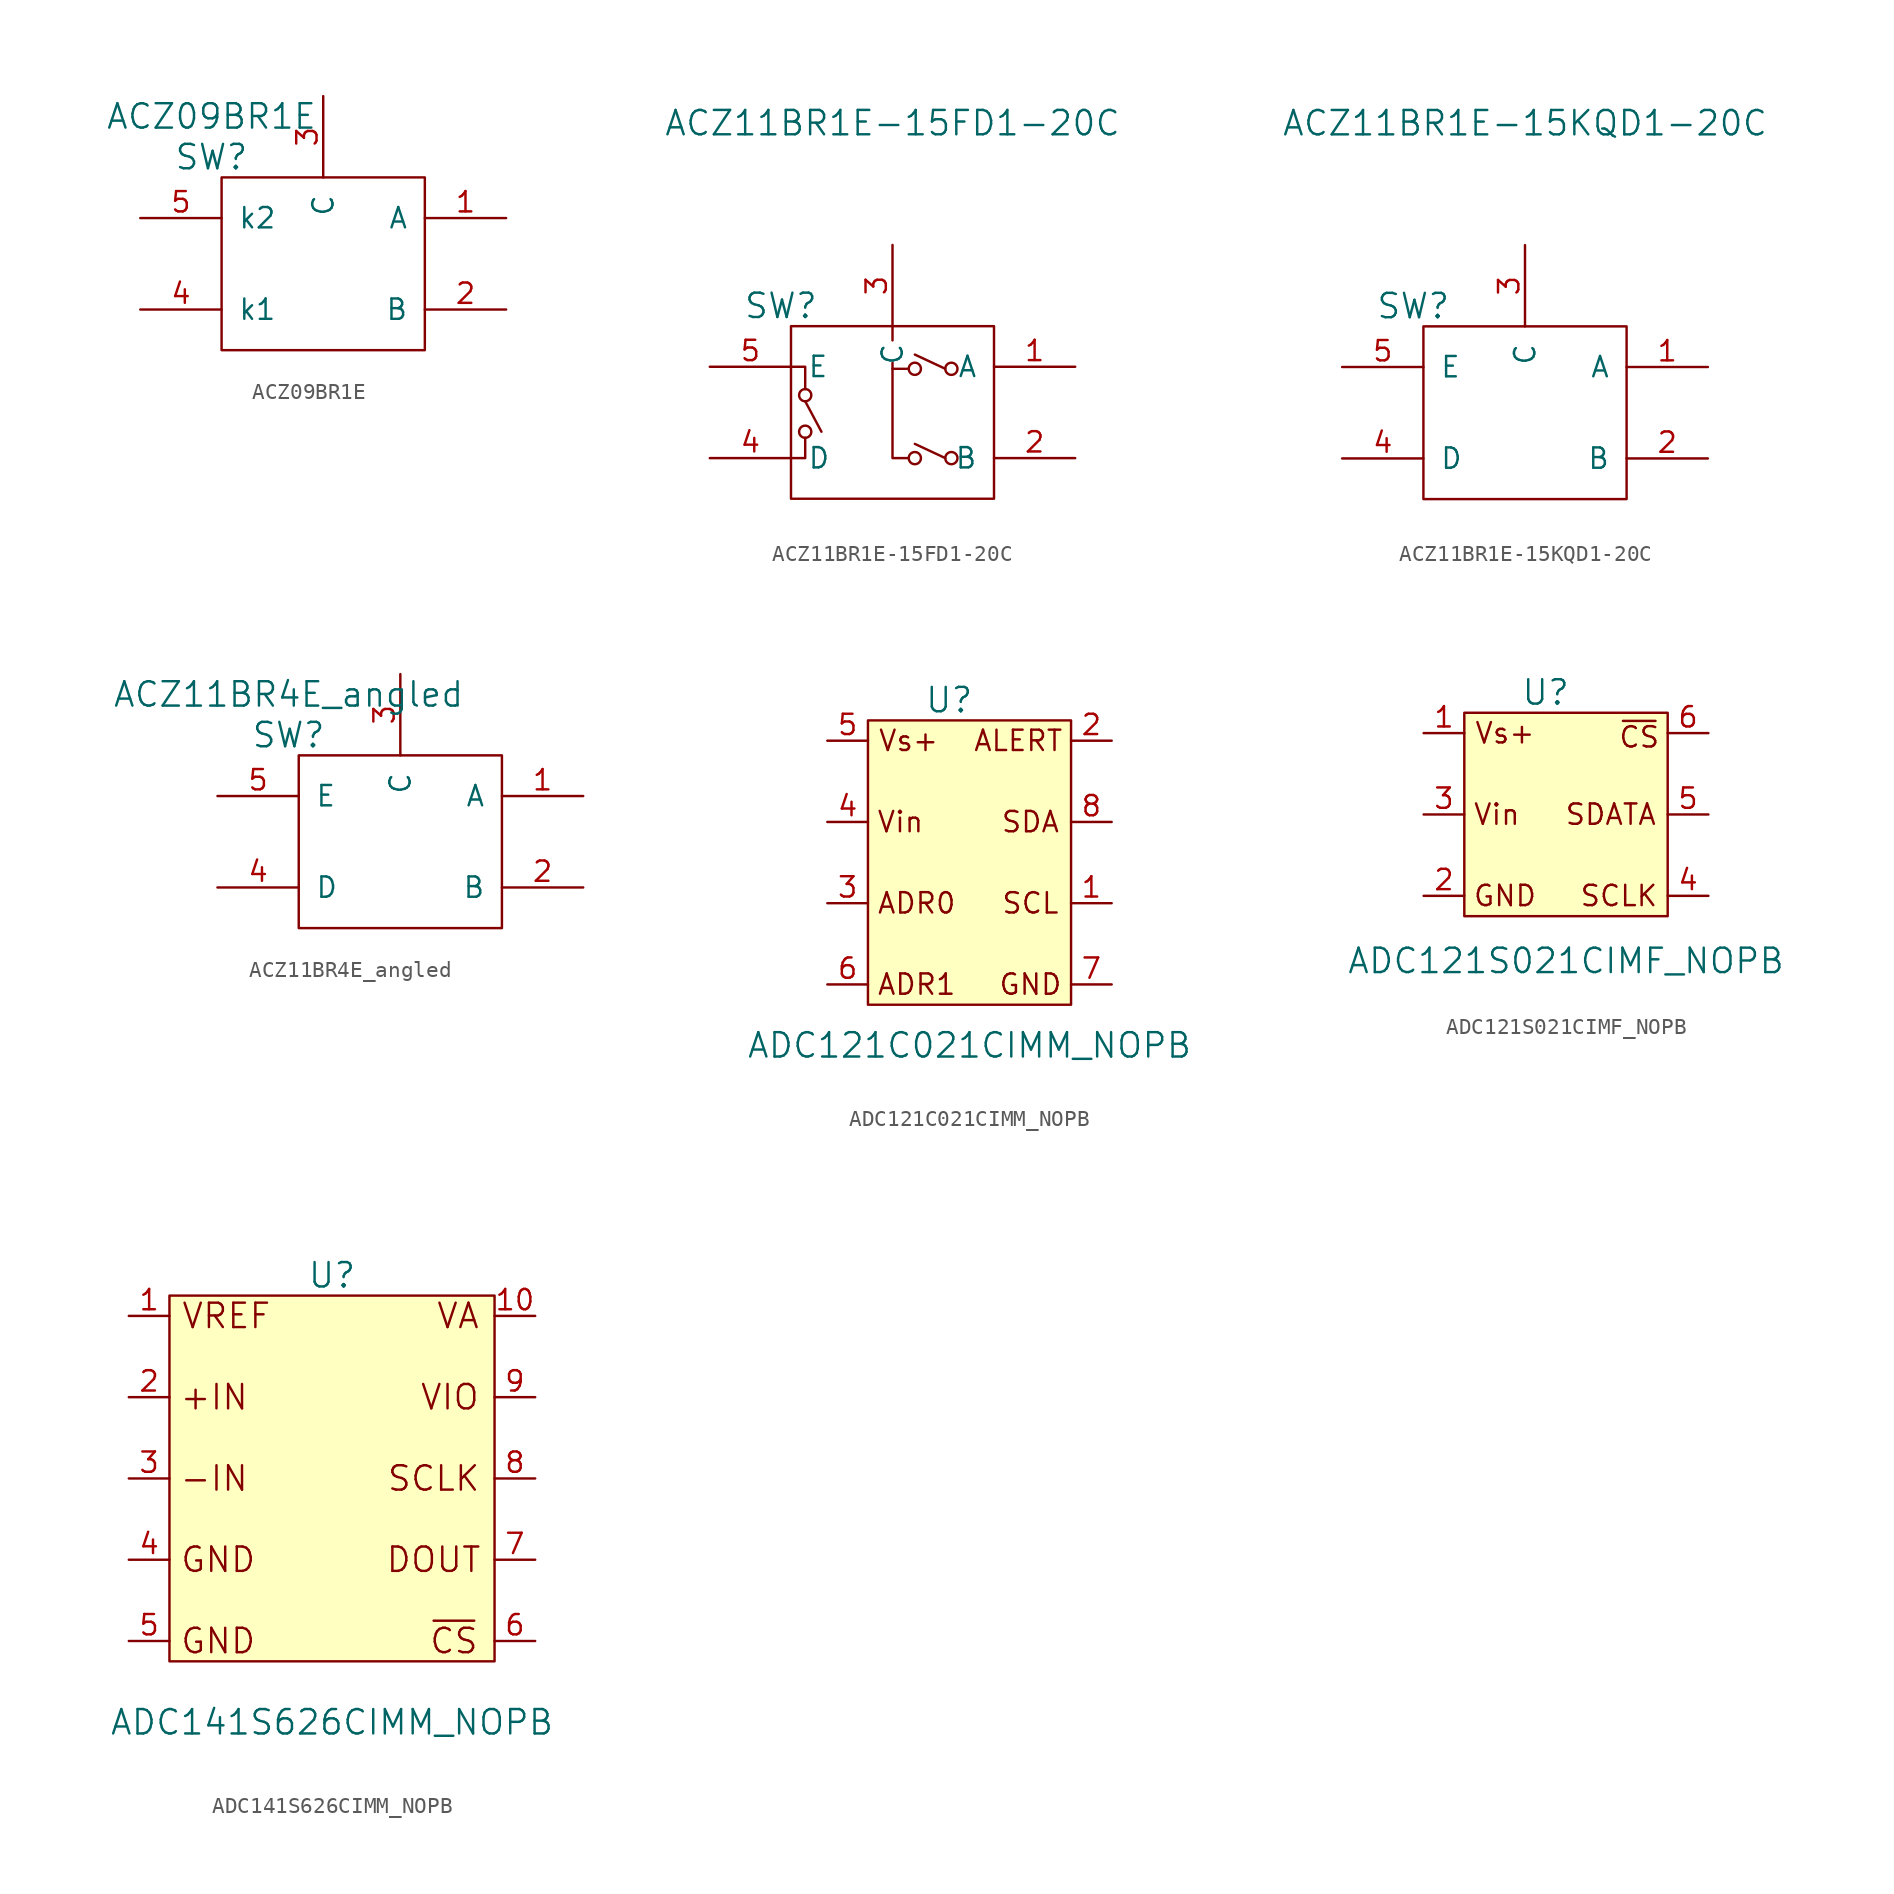
<source format=kicad_sym>
(kicad_symbol_lib
  (version 20211014)
  (generator kicad_symbol_editor)
  (symbol "ACZ09BR1E"
    (pin_names
      (offset 1.016))
    (property "Reference" "SW"
      (at -6.985 0 0)
      (effects (font (size 1.524 1.524))))
    (property "Value" "ACZ09BR1E"
      (at -6.985 2.54 0)
      (effects (font (size 1.524 1.524))))
    (symbol "ACZ09BR1E_0_1"
      (polyline (pts (xy -6.35 -1.27) (xy 6.35 -1.27) (xy 6.35 -12.065) (xy -6.35 -12.065) (xy -6.35 -1.27)) (stroke (width 0) (type default) (color 0 0 0 0)) (fill (type none))))
    (symbol "ACZ09BR1E_1_1"
      (pin input line (at 11.43 -3.81 180) (length 5.08) (name "A" (effects (font (size 1.27 1.27)))) (number "1" (effects (font (size 1.27 1.27)))))
      (pin input line (at 11.43 -9.525 180) (length 5.08) (name "B" (effects (font (size 1.27 1.27)))) (number "2" (effects (font (size 1.27 1.27)))))
      (pin input line (at 0 3.81 270) (length 5.08) (name "C" (effects (font (size 1.27 1.27)))) (number "3" (effects (font (size 1.27 1.27)))))
      (pin input line (at -11.43 -9.525 0) (length 5.08) (name "k1" (effects (font (size 1.27 1.27)))) (number "4" (effects (font (size 1.27 1.27)))))
      (pin input line (at -11.43 -3.81 0) (length 5.08) (name "k2" (effects (font (size 1.27 1.27)))) (number "5" (effects (font (size 1.27 1.27)))))))
  (symbol "ACZ11BR1E-15FD1-20C"
    (pin_names
      (offset 1.016))
    (property "Reference" "SW"
      (at -6.985 0 0)
      (effects (font (size 1.524 1.524))))
    (property "Value" "ACZ11BR1E-15FD1-20C"
      (at 0 11.43 0)
      (effects (font (size 1.524 1.524))))
    (symbol "ACZ11BR1E-15FD1-20C_0_1"
      (circle (center -5.461 -7.874) (radius 0.381) (stroke (width 0) (type default) (color 0 0 0 0)) (fill (type none)))
      (circle (center -5.461 -5.588) (radius 0.381) (stroke (width 0) (type default) (color 0 0 0 0)) (fill (type none)))
      (polyline (pts (xy -4.445 -7.874) (xy -5.461 -5.969)) (stroke (width 0) (type default) (color 0 0 0 0)) (fill (type none)))
      (polyline (pts (xy 0 -3.937) (xy 0 -3.556)) (stroke (width 0) (type default) (color 0 0 0 0)) (fill (type none)))
      (polyline (pts (xy 0 -1.27) (xy 0 -2.159)) (stroke (width 0) (type default) (color 0 0 0 0)) (fill (type none)))
      (polyline (pts (xy 3.302 -9.525) (xy 1.397 -8.636)) (stroke (width 0) (type default) (color 0 0 0 0)) (fill (type none)))
      (polyline (pts (xy 3.302 -3.937) (xy 1.397 -3.048)) (stroke (width 0) (type default) (color 0 0 0 0)) (fill (type none)))
      (polyline (pts (xy -6.35 -9.525) (xy -5.461 -9.525) (xy -5.461 -8.255)) (stroke (width 0) (type default) (color 0 0 0 0)) (fill (type none)))
      (polyline (pts (xy -6.35 -3.81) (xy -5.461 -3.81) (xy -5.461 -5.207)) (stroke (width 0) (type default) (color 0 0 0 0)) (fill (type none)))
      (polyline (pts (xy 1.016 -3.937) (xy 0 -3.937) (xy 0 -9.525) (xy 1.016 -9.525)) (stroke (width 0) (type default) (color 0 0 0 0)) (fill (type none)))
      (polyline (pts (xy -6.35 -1.27) (xy 6.35 -1.27) (xy 6.35 -12.065) (xy -6.35 -12.065) (xy -6.35 -1.27)) (stroke (width 0) (type default) (color 0 0 0 0)) (fill (type none)))
      (circle (center 1.397 -9.525) (radius 0.381) (stroke (width 0) (type default) (color 0 0 0 0)) (fill (type none)))
      (circle (center 1.397 -3.937) (radius 0.381) (stroke (width 0) (type default) (color 0 0 0 0)) (fill (type none)))
      (circle (center 3.683 -9.525) (radius 0.381) (stroke (width 0) (type default) (color 0 0 0 0)) (fill (type none)))
      (circle (center 3.683 -3.937) (radius 0.381) (stroke (width 0) (type default) (color 0 0 0 0)) (fill (type none))))
    (symbol "ACZ11BR1E-15FD1-20C_1_1"
      (pin input line (at 11.43 -3.81 180) (length 5.08) (name "A" (effects (font (size 1.27 1.27)))) (number "1" (effects (font (size 1.27 1.27)))))
      (pin input line (at 11.43 -9.525 180) (length 5.08) (name "B" (effects (font (size 1.27 1.27)))) (number "2" (effects (font (size 1.27 1.27)))))
      (pin input line (at 0 3.81 270) (length 5.08) (name "C" (effects (font (size 1.27 1.27)))) (number "3" (effects (font (size 1.27 1.27)))))
      (pin input line (at -11.43 -9.525 0) (length 5.08) (name "D" (effects (font (size 1.27 1.27)))) (number "4" (effects (font (size 1.27 1.27)))))
      (pin input line (at -11.43 -3.81 0) (length 5.08) (name "E" (effects (font (size 1.27 1.27)))) (number "5" (effects (font (size 1.27 1.27)))))))
  (symbol "ACZ11BR1E-15KQD1-20C"
    (pin_names
      (offset 1.016))
    (property "Reference" "SW"
      (at -6.985 0 0)
      (effects (font (size 1.524 1.524))))
    (property "Value" "ACZ11BR1E-15KQD1-20C"
      (at 0 11.43 0)
      (effects (font (size 1.524 1.524))))
    (symbol "ACZ11BR1E-15KQD1-20C_0_1"
      (polyline (pts (xy -6.35 -1.27) (xy 6.35 -1.27) (xy 6.35 -12.065) (xy -6.35 -12.065) (xy -6.35 -1.27)) (stroke (width 0) (type default) (color 0 0 0 0)) (fill (type none))))
    (symbol "ACZ11BR1E-15KQD1-20C_1_1"
      (pin input line (at 11.43 -3.81 180) (length 5.08) (name "A" (effects (font (size 1.27 1.27)))) (number "1" (effects (font (size 1.27 1.27)))))
      (pin input line (at 11.43 -9.525 180) (length 5.08) (name "B" (effects (font (size 1.27 1.27)))) (number "2" (effects (font (size 1.27 1.27)))))
      (pin input line (at 0 3.81 270) (length 5.08) (name "C" (effects (font (size 1.27 1.27)))) (number "3" (effects (font (size 1.27 1.27)))))
      (pin input line (at -11.43 -9.525 0) (length 5.08) (name "D" (effects (font (size 1.27 1.27)))) (number "4" (effects (font (size 1.27 1.27)))))
      (pin input line (at -11.43 -3.81 0) (length 5.08) (name "E" (effects (font (size 1.27 1.27)))) (number "5" (effects (font (size 1.27 1.27)))))))
  (symbol "ACZ11BR4E_angled"
    (pin_names
      (offset 1.016))
    (property "Reference" "SW"
      (at -6.985 0 0)
      (effects (font (size 1.524 1.524))))
    (property "Value" "ACZ11BR4E_angled"
      (at -6.985 2.54 0)
      (effects (font (size 1.524 1.524))))
    (symbol "ACZ11BR4E_angled_0_1"
      (polyline (pts (xy -6.35 -1.27) (xy 6.35 -1.27) (xy 6.35 -12.065) (xy -6.35 -12.065) (xy -6.35 -1.27)) (stroke (width 0) (type default) (color 0 0 0 0)) (fill (type none))))
    (symbol "ACZ11BR4E_angled_1_1"
      (pin input line (at 11.43 -3.81 180) (length 5.08) (name "A" (effects (font (size 1.27 1.27)))) (number "1" (effects (font (size 1.27 1.27)))))
      (pin input line (at 11.43 -9.525 180) (length 5.08) (name "B" (effects (font (size 1.27 1.27)))) (number "2" (effects (font (size 1.27 1.27)))))
      (pin input line (at 0 3.81 270) (length 5.08) (name "C" (effects (font (size 1.27 1.27)))) (number "3" (effects (font (size 1.27 1.27)))))
      (pin input line (at -11.43 -9.525 0) (length 5.08) (name "D" (effects (font (size 1.27 1.27)))) (number "4" (effects (font (size 1.27 1.27)))))
      (pin input line (at -11.43 -3.81 0) (length 5.08) (name "E" (effects (font (size 1.27 1.27)))) (number "5" (effects (font (size 1.27 1.27)))))))
  (symbol "ADC121C021CIMM_NOPB"
    (pin_names
      (offset 0) hide)
    (property "Reference" "U"
      (at 0 10.16 0)
      (effects (font (size 1.524 1.524))))
    (property "Value" "ADC121C021CIMM_NOPB"
      (at 1.27 -11.43 0)
      (effects (font (size 1.524 1.524))))
    (symbol "ADC121C021CIMM_NOPB_0_0"
      (polyline (pts (xy -5.08 8.89) (xy 7.62 8.89) (xy 7.62 -8.89) (xy -5.08 -8.89) (xy -5.08 8.89)) (stroke (width 0) (type default) (color 0 0 0 0)) (fill (type background)))
      (text "ADR0" (at -2.032 -2.54 0) (effects (font (size 1.27 1.27))))
      (text "ADR1" (at -2.032 -7.62 0) (effects (font (size 1.27 1.27))))
      (text "ALERT" (at 4.318 7.62 0) (effects (font (size 1.27 1.27))))
      (text "GND" (at 5.08 -7.62 0) (effects (font (size 1.27 1.27))))
      (text "SCL" (at 5.08 -2.54 0) (effects (font (size 1.27 1.27))))
      (text "SDA" (at 5.08 2.54 0) (effects (font (size 1.27 1.27))))
      (text "Vin" (at -3.048 2.54 0) (effects (font (size 1.27 1.27))))
      (text "Vs+" (at -2.54 7.62 0) (effects (font (size 1.27 1.27)))))
    (symbol "ADC121C021CIMM_NOPB_1_1"
      (pin input line (at 10.16 -2.54 180) (length 2.54) (name "SCL" (effects (font (size 1.27 1.27)))) (number "1" (effects (font (size 1.27 1.27)))))
      (pin input line (at 10.16 7.62 180) (length 2.54) (name "ALERT" (effects (font (size 1.27 1.27)))) (number "2" (effects (font (size 1.27 1.27)))))
      (pin input line (at -7.62 -2.54 0) (length 2.54) (name "ADR0" (effects (font (size 1.27 1.27)))) (number "3" (effects (font (size 1.27 1.27)))))
      (pin input line (at -7.62 2.54 0) (length 2.54) (name "Vin" (effects (font (size 1.27 1.27)))) (number "4" (effects (font (size 1.27 1.27)))))
      (pin input line (at -7.62 7.62 0) (length 2.54) (name "Vs+" (effects (font (size 1.27 1.27)))) (number "5" (effects (font (size 1.27 1.27)))))
      (pin input line (at -7.62 -7.62 0) (length 2.54) (name "ADR1" (effects (font (size 1.27 1.27)))) (number "6" (effects (font (size 1.27 1.27)))))
      (pin input line (at 10.16 -7.62 180) (length 2.54) (name "GND" (effects (font (size 1.27 1.27)))) (number "7" (effects (font (size 1.27 1.27)))))
      (pin input line (at 10.16 2.54 180) (length 2.54) (name "SDA" (effects (font (size 1.27 1.27)))) (number "8" (effects (font (size 1.27 1.27)))))))
  (symbol "ADC121S021CIMF_NOPB"
    (pin_names
      (offset 0) hide)
    (property "Reference" "U"
      (at 0 7.62 0)
      (effects (font (size 1.524 1.524))))
    (property "Value" "ADC121S021CIMF_NOPB"
      (at 1.27 -9.144 0)
      (effects (font (size 1.524 1.524))))
    (symbol "ADC121S021CIMF_NOPB_0_0"
      (polyline (pts (xy -5.08 6.35) (xy 7.62 6.35) (xy 7.62 -6.35) (xy -5.08 -6.35) (xy -5.08 6.35)) (stroke (width 0) (type default) (color 0 0 0 0)) (fill (type background)))
      (text "CS" (at 5.842 4.826 0) (effects (font (size 1.27 1.27))))
      (text "GND" (at -2.54 -5.08 0) (effects (font (size 1.27 1.27))))
      (text "SCLK" (at 4.572 -5.08 0) (effects (font (size 1.27 1.27))))
      (text "SDATA" (at 4.064 0 0) (effects (font (size 1.27 1.27))))
      (text "Vin" (at -3.048 0 0) (effects (font (size 1.27 1.27))))
      (text "Vs+" (at -2.54 5.08 0) (effects (font (size 1.27 1.27)))))
    (symbol "ADC121S021CIMF_NOPB_0_1"
      (polyline (pts (xy 4.826 5.842) (xy 6.858 5.842)) (stroke (width 0) (type default) (color 0 0 0 0)) (fill (type none))))
    (symbol "ADC121S021CIMF_NOPB_1_1"
      (pin input line (at -7.62 5.08 0) (length 2.54) (name "Vs+" (effects (font (size 1.27 1.27)))) (number "1" (effects (font (size 1.27 1.27)))))
      (pin input line (at -7.62 -5.08 0) (length 2.54) (name "GND" (effects (font (size 1.27 1.27)))) (number "2" (effects (font (size 1.27 1.27)))))
      (pin input line (at -7.62 0 0) (length 2.54) (name "Vin" (effects (font (size 1.27 1.27)))) (number "3" (effects (font (size 1.27 1.27)))))
      (pin input line (at 10.16 -5.08 180) (length 2.54) (name "SCLK" (effects (font (size 1.27 1.27)))) (number "4" (effects (font (size 1.27 1.27)))))
      (pin output line (at 10.16 0 180) (length 2.54) (name "SDATA" (effects (font (size 1.27 1.27)))) (number "5" (effects (font (size 1.27 1.27)))))
      (pin input line (at 10.16 5.08 180) (length 2.54) (name "CS" (effects (font (size 1.27 1.27)))) (number "6" (effects (font (size 1.27 1.27)))))))
  (symbol "ADC141S626CIMM_NOPB"
    (pin_names
      (offset 0) hide)
    (property "Reference" "U"
      (at 0 12.7 0)
      (effects (font (size 1.524 1.524))))
    (property "Value" "ADC141S626CIMM_NOPB"
      (at 0 -15.24 0)
      (effects (font (size 1.524 1.524))))
    (symbol "ADC141S626CIMM_NOPB_0_0"
      (rectangle (start -10.16 11.43) (end 10.16 -11.43) (stroke (width 0) (type default) (color 0 0 0 0)) (fill (type background)))
      (text "+IN" (at -7.366 5.08 0) (effects (font (size 1.524 1.524))))
      (text "-IN" (at -7.366 0 0) (effects (font (size 1.524 1.524))))
      (text "CS" (at 7.62 -10.16 0) (effects (font (size 1.524 1.524))))
      (text "DOUT" (at 6.35 -5.08 0) (effects (font (size 1.524 1.524))))
      (text "GND" (at -7.112 -10.16 0) (effects (font (size 1.524 1.524))))
      (text "GND" (at -7.112 -5.08 0) (effects (font (size 1.524 1.524))))
      (text "SCLK" (at 6.35 0 0) (effects (font (size 1.524 1.524))))
      (text "VA" (at 7.874 10.16 0) (effects (font (size 1.524 1.524))))
      (text "VIO" (at 7.366 5.08 0) (effects (font (size 1.524 1.524))))
      (text "VREF" (at -6.604 10.16 0) (effects (font (size 1.524 1.524)))))
    (symbol "ADC141S626CIMM_NOPB_0_1"
      (polyline (pts (xy 6.35 -8.89) (xy 8.89 -8.89)) (stroke (width 0) (type default) (color 0 0 0 0)) (fill (type none))))
    (symbol "ADC141S626CIMM_NOPB_1_1"
      (pin input line (at -12.7 10.16 0) (length 2.54) (name "VREF" (effects (font (size 1.27 1.27)))) (number "1" (effects (font (size 1.27 1.27)))))
      (pin input line (at 12.7 10.16 180) (length 2.54) (name "VA" (effects (font (size 1.27 1.27)))) (number "10" (effects (font (size 1.27 1.27)))))
      (pin input line (at -12.7 5.08 0) (length 2.54) (name "INP" (effects (font (size 1.27 1.27)))) (number "2" (effects (font (size 1.27 1.27)))))
      (pin input line (at -12.7 0 0) (length 2.54) (name "INN" (effects (font (size 1.27 1.27)))) (number "3" (effects (font (size 1.27 1.27)))))
      (pin input line (at -12.7 -5.08 0) (length 2.54) (name "GND" (effects (font (size 1.27 1.27)))) (number "4" (effects (font (size 1.27 1.27)))))
      (pin input line (at -12.7 -10.16 0) (length 2.54) (name "GND" (effects (font (size 1.27 1.27)))) (number "5" (effects (font (size 1.27 1.27)))))
      (pin input line (at 12.7 -10.16 180) (length 2.54) (name "CS" (effects (font (size 1.27 1.27)))) (number "6" (effects (font (size 1.27 1.27)))))
      (pin input line (at 12.7 -5.08 180) (length 2.54) (name "DOUT" (effects (font (size 1.27 1.27)))) (number "7" (effects (font (size 1.27 1.27)))))
      (pin input line (at 12.7 0 180) (length 2.54) (name "SCLK" (effects (font (size 1.27 1.27)))) (number "8" (effects (font (size 1.27 1.27)))))
      (pin input line (at 12.7 5.08 180) (length 2.54) (name "VIO" (effects (font (size 1.27 1.27)))) (number "9" (effects (font (size 1.27 1.27))))))))
</source>
